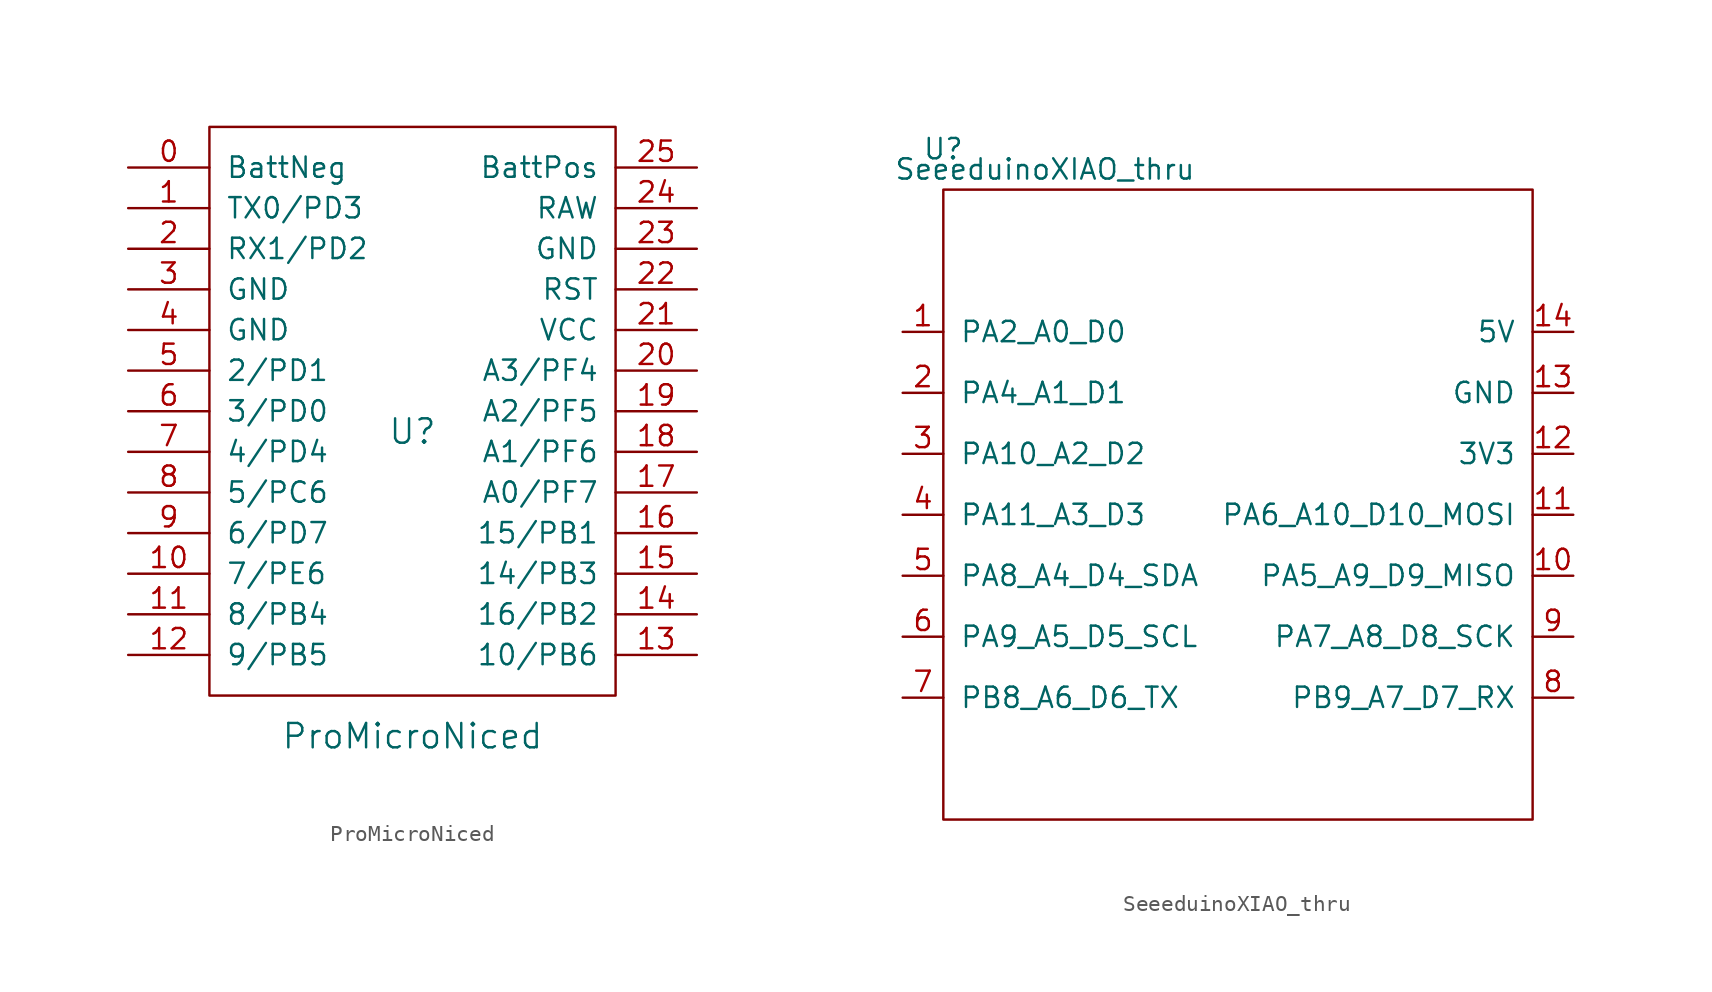
<source format=kicad_sym>
(kicad_symbol_lib
  (version 20211014)
  (generator kicad_symbol_editor)
  (symbol "ProMicroNiced"
    (pin_names
      (offset 1.016))
    (property "Reference" "U"
      (at 0 0 0)
      (effects (font (size 1.524 1.524))))
    (property "Value" "ProMicroNiced"
      (at 0 -19.05 0)
      (effects (font (size 1.524 1.524))))
    (symbol "ProMicroNiced_0_1"
      (rectangle (start -12.7 -16.51) (end 12.7 19.05) (stroke (width 0) (type default) (color 0 0 0 0)) (fill (type none))))
    (symbol "ProMicroNiced_1_1"
      (pin input line (at -17.78 16.51 0) (length 5.08) (name "BattNeg" (effects (font (size 1.27 1.27)))) (number "0" (effects (font (size 1.27 1.27)))))
      (pin input line (at -17.78 13.97 0) (length 5.08) (name "TX0/PD3" (effects (font (size 1.27 1.27)))) (number "1" (effects (font (size 1.27 1.27)))))
      (pin input line (at -17.78 -8.89 0) (length 5.08) (name "7/PE6" (effects (font (size 1.27 1.27)))) (number "10" (effects (font (size 1.27 1.27)))))
      (pin input line (at -17.78 -11.43 0) (length 5.08) (name "8/PB4" (effects (font (size 1.27 1.27)))) (number "11" (effects (font (size 1.27 1.27)))))
      (pin input line (at -17.78 -13.97 0) (length 5.08) (name "9/PB5" (effects (font (size 1.27 1.27)))) (number "12" (effects (font (size 1.27 1.27)))))
      (pin input line (at 17.78 -13.97 180) (length 5.08) (name "10/PB6" (effects (font (size 1.27 1.27)))) (number "13" (effects (font (size 1.27 1.27)))))
      (pin input line (at 17.78 -11.43 180) (length 5.08) (name "16/PB2" (effects (font (size 1.27 1.27)))) (number "14" (effects (font (size 1.27 1.27)))))
      (pin input line (at 17.78 -8.89 180) (length 5.08) (name "14/PB3" (effects (font (size 1.27 1.27)))) (number "15" (effects (font (size 1.27 1.27)))))
      (pin input line (at 17.78 -6.35 180) (length 5.08) (name "15/PB1" (effects (font (size 1.27 1.27)))) (number "16" (effects (font (size 1.27 1.27)))))
      (pin input line (at 17.78 -3.81 180) (length 5.08) (name "A0/PF7" (effects (font (size 1.27 1.27)))) (number "17" (effects (font (size 1.27 1.27)))))
      (pin input line (at 17.78 -1.27 180) (length 5.08) (name "A1/PF6" (effects (font (size 1.27 1.27)))) (number "18" (effects (font (size 1.27 1.27)))))
      (pin input line (at 17.78 1.27 180) (length 5.08) (name "A2/PF5" (effects (font (size 1.27 1.27)))) (number "19" (effects (font (size 1.27 1.27)))))
      (pin input line (at -17.78 11.43 0) (length 5.08) (name "RX1/PD2" (effects (font (size 1.27 1.27)))) (number "2" (effects (font (size 1.27 1.27)))))
      (pin input line (at 17.78 3.81 180) (length 5.08) (name "A3/PF4" (effects (font (size 1.27 1.27)))) (number "20" (effects (font (size 1.27 1.27)))))
      (pin input line (at 17.78 6.35 180) (length 5.08) (name "VCC" (effects (font (size 1.27 1.27)))) (number "21" (effects (font (size 1.27 1.27)))))
      (pin input line (at 17.78 8.89 180) (length 5.08) (name "RST" (effects (font (size 1.27 1.27)))) (number "22" (effects (font (size 1.27 1.27)))))
      (pin input line (at 17.78 11.43 180) (length 5.08) (name "GND" (effects (font (size 1.27 1.27)))) (number "23" (effects (font (size 1.27 1.27)))))
      (pin input line (at 17.78 13.97 180) (length 5.08) (name "RAW" (effects (font (size 1.27 1.27)))) (number "24" (effects (font (size 1.27 1.27)))))
      (pin input line (at 17.78 16.51 180) (length 5.08) (name "BattPos" (effects (font (size 1.27 1.27)))) (number "25" (effects (font (size 1.27 1.27)))))
      (pin input line (at -17.78 8.89 0) (length 5.08) (name "GND" (effects (font (size 1.27 1.27)))) (number "3" (effects (font (size 1.27 1.27)))))
      (pin input line (at -17.78 6.35 0) (length 5.08) (name "GND" (effects (font (size 1.27 1.27)))) (number "4" (effects (font (size 1.27 1.27)))))
      (pin input line (at -17.78 3.81 0) (length 5.08) (name "2/PD1" (effects (font (size 1.27 1.27)))) (number "5" (effects (font (size 1.27 1.27)))))
      (pin input line (at -17.78 1.27 0) (length 5.08) (name "3/PD0" (effects (font (size 1.27 1.27)))) (number "6" (effects (font (size 1.27 1.27)))))
      (pin input line (at -17.78 -1.27 0) (length 5.08) (name "4/PD4" (effects (font (size 1.27 1.27)))) (number "7" (effects (font (size 1.27 1.27)))))
      (pin input line (at -17.78 -3.81 0) (length 5.08) (name "5/PC6" (effects (font (size 1.27 1.27)))) (number "8" (effects (font (size 1.27 1.27)))))
      (pin input line (at -17.78 -6.35 0) (length 5.08) (name "6/PD7" (effects (font (size 1.27 1.27)))) (number "9" (effects (font (size 1.27 1.27)))))))
  (symbol "SeeeduinoXIAO_thru"
    (pin_names
      (offset 1.016))
    (property "Reference" "U"
      (at -19.05 22.86 0)
      (effects (font (size 1.27 1.27))))
    (property "Value" "SeeeduinoXIAO_thru"
      (at -12.7 21.59 0)
      (effects (font (size 1.27 1.27))))
    (symbol "SeeeduinoXIAO_thru_0_1"
      (rectangle (start -19.05 20.32) (end 17.78 -19.05) (stroke (width 0) (type default) (color 0 0 0 0)) (fill (type none)))
      (pin input line (at 20.32 -7.62 180) (length 2.54) (name "PA7_A8_D8_SCK" (effects (font (size 1.27 1.27)))) (number "9" (effects (font (size 1.27 1.27))))))
    (symbol "SeeeduinoXIAO_thru_1_1"
      (pin input line (at -21.59 11.43 0) (length 2.54) (name "PA2_A0_D0" (effects (font (size 1.27 1.27)))) (number "1" (effects (font (size 1.27 1.27)))))
      (pin input line (at 20.32 -3.81 180) (length 2.54) (name "PA5_A9_D9_MISO" (effects (font (size 1.27 1.27)))) (number "10" (effects (font (size 1.27 1.27)))))
      (pin input line (at 20.32 0 180) (length 2.54) (name "PA6_A10_D10_MOSI" (effects (font (size 1.27 1.27)))) (number "11" (effects (font (size 1.27 1.27)))))
      (pin input line (at 20.32 3.81 180) (length 2.54) (name "3V3" (effects (font (size 1.27 1.27)))) (number "12" (effects (font (size 1.27 1.27)))))
      (pin input line (at 20.32 7.62 180) (length 2.54) (name "GND" (effects (font (size 1.27 1.27)))) (number "13" (effects (font (size 1.27 1.27)))))
      (pin input line (at 20.32 11.43 180) (length 2.54) (name "5V" (effects (font (size 1.27 1.27)))) (number "14" (effects (font (size 1.27 1.27)))))
      (pin input line (at -21.59 7.62 0) (length 2.54) (name "PA4_A1_D1" (effects (font (size 1.27 1.27)))) (number "2" (effects (font (size 1.27 1.27)))))
      (pin input line (at -21.59 3.81 0) (length 2.54) (name "PA10_A2_D2" (effects (font (size 1.27 1.27)))) (number "3" (effects (font (size 1.27 1.27)))))
      (pin input line (at -21.59 0 0) (length 2.54) (name "PA11_A3_D3" (effects (font (size 1.27 1.27)))) (number "4" (effects (font (size 1.27 1.27)))))
      (pin input line (at -21.59 -3.81 0) (length 2.54) (name "PA8_A4_D4_SDA" (effects (font (size 1.27 1.27)))) (number "5" (effects (font (size 1.27 1.27)))))
      (pin input line (at -21.59 -7.62 0) (length 2.54) (name "PA9_A5_D5_SCL" (effects (font (size 1.27 1.27)))) (number "6" (effects (font (size 1.27 1.27)))))
      (pin input line (at -21.59 -11.43 0) (length 2.54) (name "PB8_A6_D6_TX" (effects (font (size 1.27 1.27)))) (number "7" (effects (font (size 1.27 1.27)))))
      (pin input line (at 20.32 -11.43 180) (length 2.54) (name "PB9_A7_D7_RX" (effects (font (size 1.27 1.27)))) (number "8" (effects (font (size 1.27 1.27))))))))
</source>
